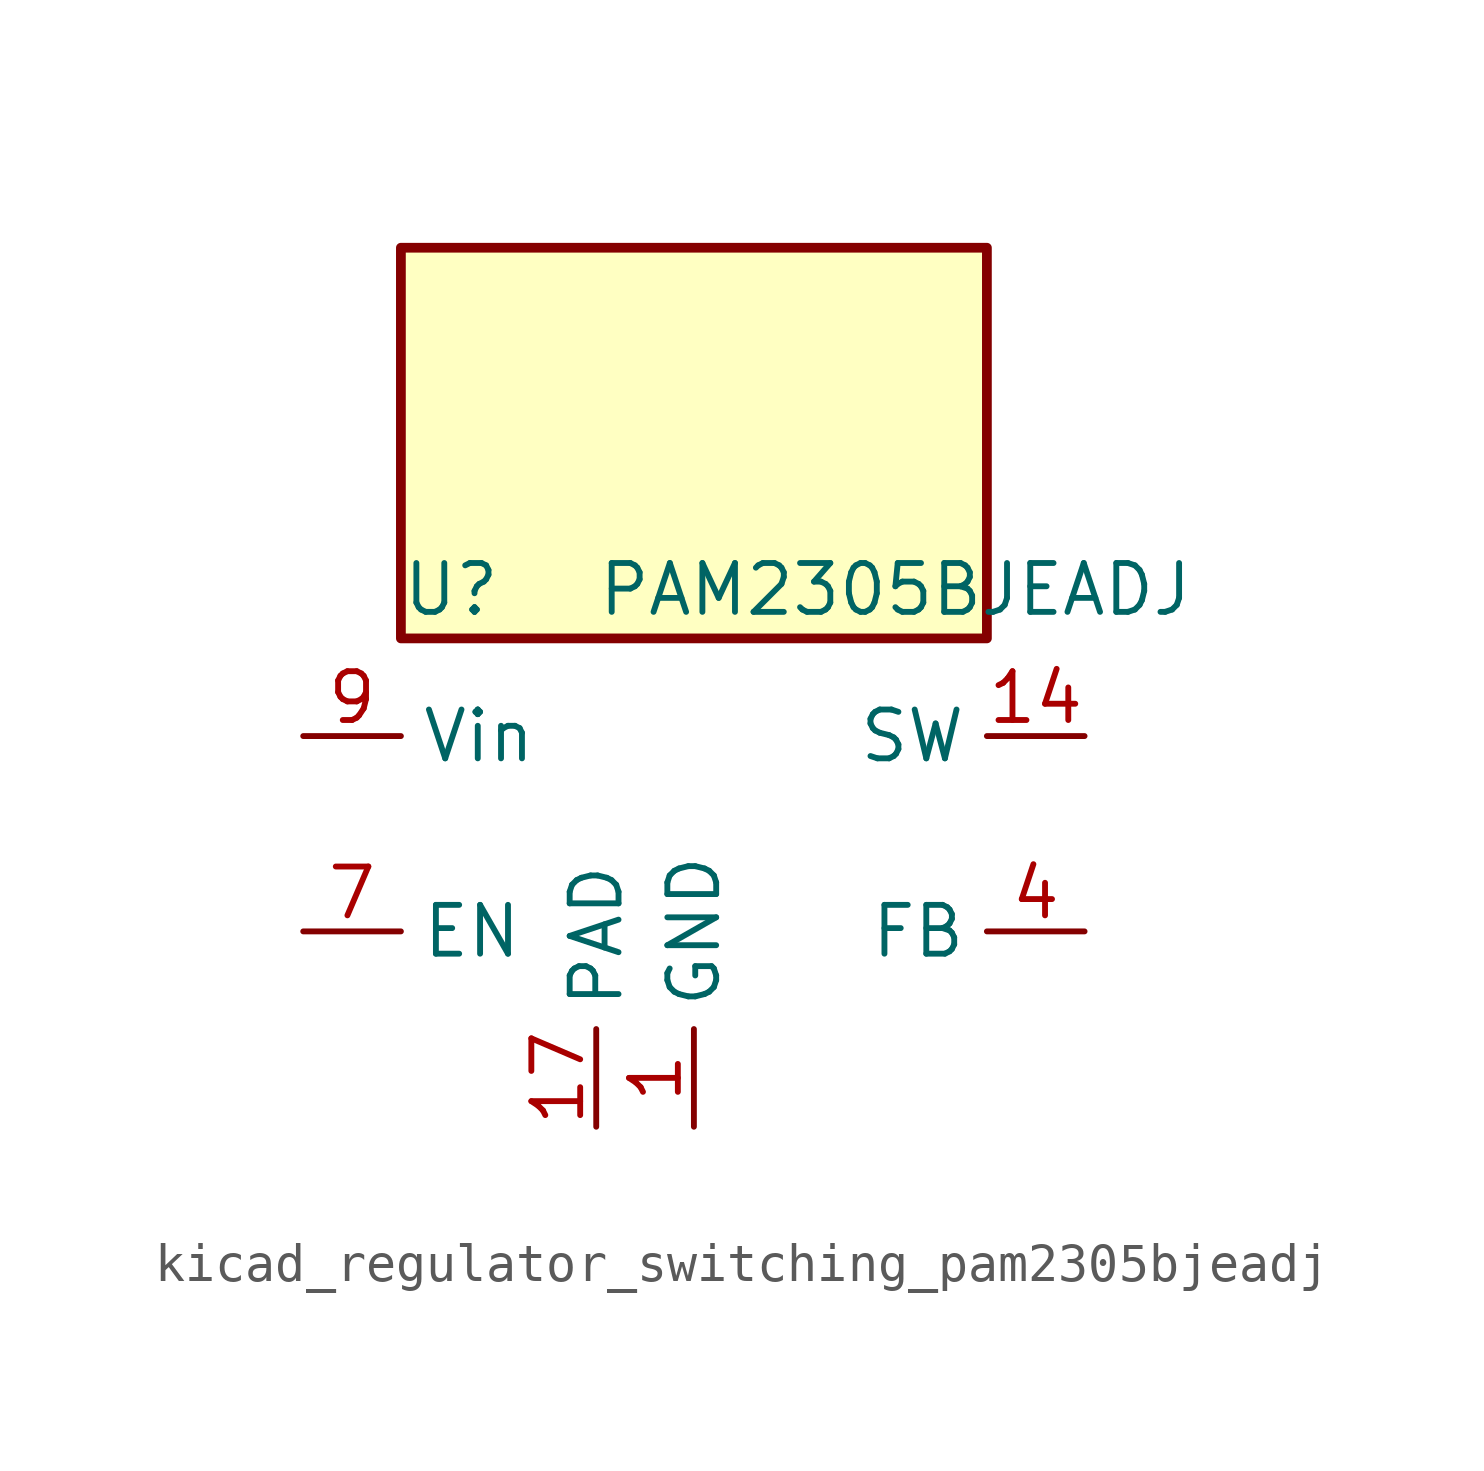
<source format=kicad_sym>
(kicad_symbol_lib
  (version 20220914)
  (generator kicad_symbol_editor)
  (symbol "kicad_regulator_switching_pam2305bjeadj"
    (property "Reference" "U"
      (at -7.62 6.35 0)
      (effects (font (size 1.27 1.27)) (justify left)))
    (property "Value" "PAM2305BJEADJ"
      (at -2.54 6.35 0)
      (effects (font (size 1.27 1.27)) (justify left)))
    (symbol "kicad_regulator_switching_pam2305bjeadj_0_1"
      (rectangle (start 7.62 15.24) (end -7.62 5.08) (stroke (width 0.254) (type default)) (fill (type background))))
    (symbol "kicad_regulator_switching_pam2305bjeadj_1_1"
      (pin power_in line (at 0 -7.62 90) (length 2.54) (name "GND" (effects (font (size 1.27 1.27)))) (number "1" (effects (font (size 1.27 1.27)))))
      (pin passive line (at -10.16 2.54 0) (length 2.54) hide (name "Vin" (effects (font (size 1.27 1.27)))) (number "10" (effects (font (size 1.27 1.27)))))
      (pin passive line (at -10.16 2.54 0) (length 2.54) hide (name "Vin" (effects (font (size 1.27 1.27)))) (number "11" (effects (font (size 1.27 1.27)))))
      (pin passive line (at -10.16 2.54 0) (length 2.54) hide (name "Vin" (effects (font (size 1.27 1.27)))) (number "12" (effects (font (size 1.27 1.27)))))
      (pin passive line (at 10.16 2.54 180) (length 2.54) hide (name "SW" (effects (font (size 1.27 1.27)))) (number "13" (effects (font (size 1.27 1.27)))))
      (pin output line (at 10.16 2.54 180) (length 2.54) (name "SW" (effects (font (size 1.27 1.27)))) (number "14" (effects (font (size 1.27 1.27)))))
      (pin passive line (at 10.16 2.54 180) (length 2.54) hide (name "SW" (effects (font (size 1.27 1.27)))) (number "15" (effects (font (size 1.27 1.27)))))
      (pin no_connect line (at 2.54 -5.08 90) (length 2.54) hide (name "NC" (effects (font (size 1.27 1.27)))) (number "16" (effects (font (size 1.27 1.27)))))
      (pin passive line (at -2.54 -7.62 90) (length 2.54) (name "PAD" (effects (font (size 1.27 1.27)))) (number "17" (effects (font (size 1.27 1.27)))))
      (pin passive line (at 0 -7.62 90) (length 2.54) hide (name "GND" (effects (font (size 1.27 1.27)))) (number "2" (effects (font (size 1.27 1.27)))))
      (pin passive line (at 0 -7.62 90) (length 2.54) hide (name "GND" (effects (font (size 1.27 1.27)))) (number "3" (effects (font (size 1.27 1.27)))))
      (pin input line (at 10.16 -2.54 180) (length 2.54) (name "FB" (effects (font (size 1.27 1.27)))) (number "4" (effects (font (size 1.27 1.27)))))
      (pin passive line (at 0 -7.62 90) (length 2.54) hide (name "GND" (effects (font (size 1.27 1.27)))) (number "5" (effects (font (size 1.27 1.27)))))
      (pin no_connect line (at -7.62 0 0) (length 2.54) hide (name "NC" (effects (font (size 1.27 1.27)))) (number "6" (effects (font (size 1.27 1.27)))))
      (pin input line (at -10.16 -2.54 0) (length 2.54) (name "EN" (effects (font (size 1.27 1.27)))) (number "7" (effects (font (size 1.27 1.27)))))
      (pin no_connect line (at 7.62 0 180) (length 2.54) hide (name "NC" (effects (font (size 1.27 1.27)))) (number "8" (effects (font (size 1.27 1.27)))))
      (pin power_in line (at -10.16 2.54 0) (length 2.54) (name "Vin" (effects (font (size 1.27 1.27)))) (number "9" (effects (font (size 1.27 1.27))))))))
</source>
